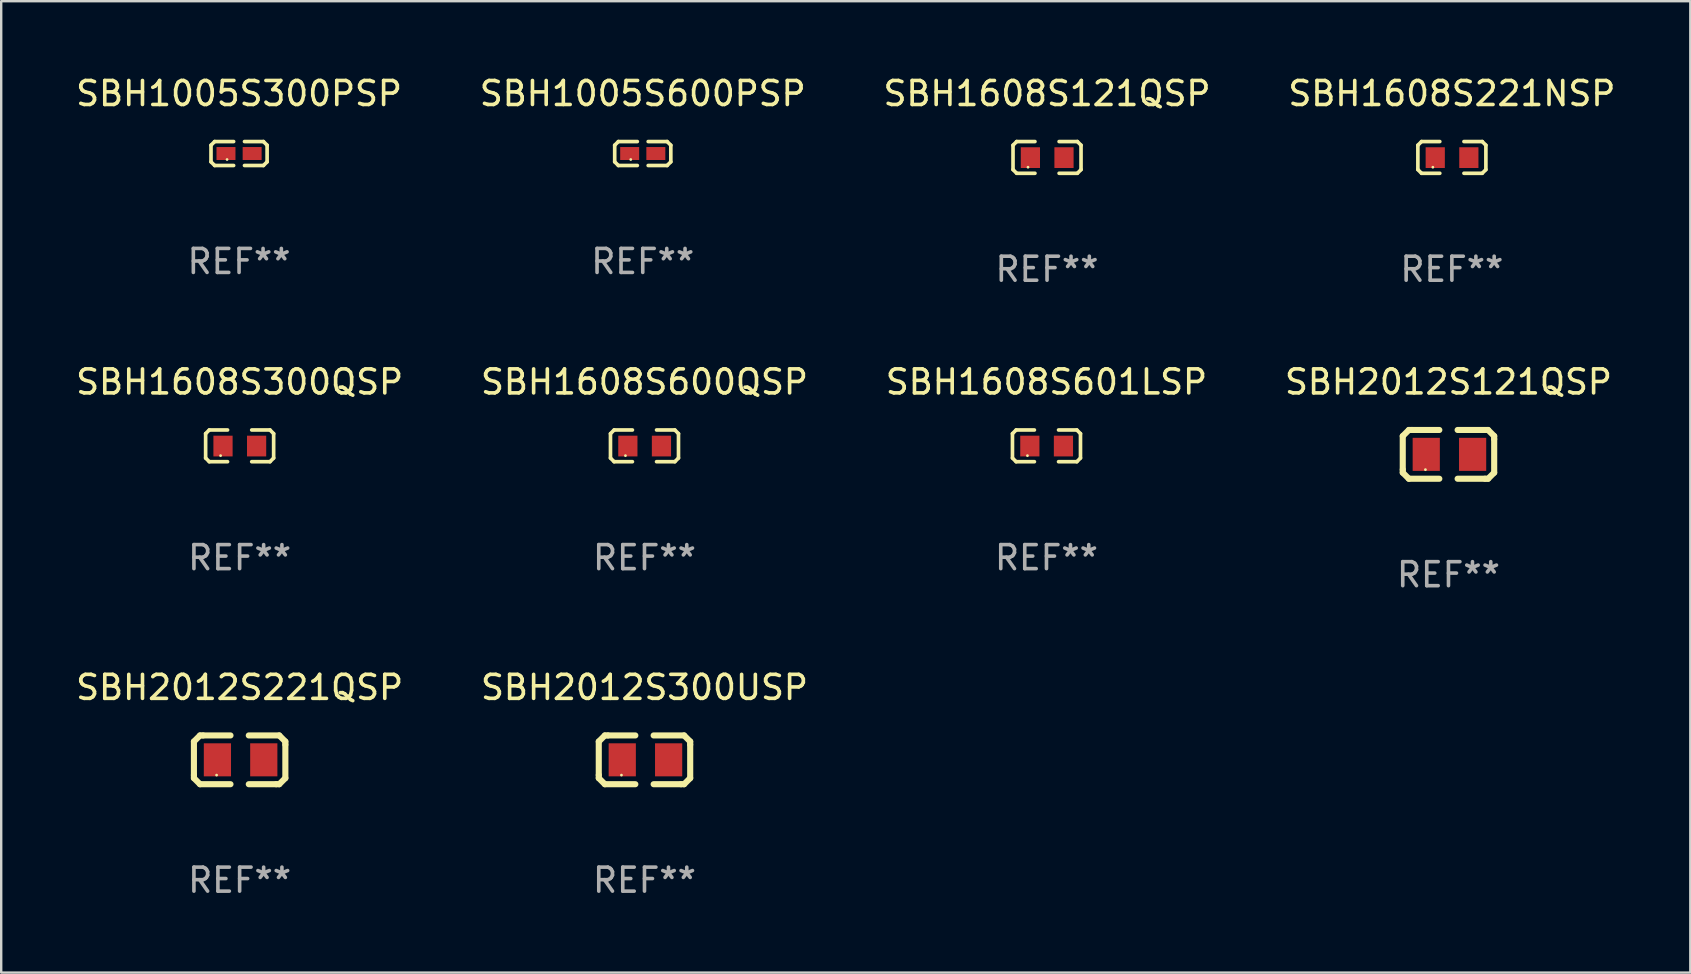
<source format=kicad_pcb>
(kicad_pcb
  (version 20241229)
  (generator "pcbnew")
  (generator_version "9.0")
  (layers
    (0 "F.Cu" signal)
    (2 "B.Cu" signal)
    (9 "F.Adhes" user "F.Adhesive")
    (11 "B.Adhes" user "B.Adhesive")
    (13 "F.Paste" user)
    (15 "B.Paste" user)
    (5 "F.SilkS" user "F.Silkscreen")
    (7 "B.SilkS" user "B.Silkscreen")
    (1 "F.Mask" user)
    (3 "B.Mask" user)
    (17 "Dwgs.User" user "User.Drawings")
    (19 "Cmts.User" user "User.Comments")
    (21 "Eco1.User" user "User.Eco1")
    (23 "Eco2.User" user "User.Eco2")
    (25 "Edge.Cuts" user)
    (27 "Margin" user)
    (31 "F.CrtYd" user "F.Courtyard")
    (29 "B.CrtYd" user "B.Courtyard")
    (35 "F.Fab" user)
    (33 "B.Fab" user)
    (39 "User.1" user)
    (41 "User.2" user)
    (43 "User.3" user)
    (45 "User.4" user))
  (footprint "SBH1608S221NSP"
    (layer "F.Cu")
    (at 57.446 3.509)
    (property "Reference" "SBH1608S221NSP" (at 0 -2.661 0) (layer "F.SilkS") (effects (font (size 1 1) (thickness 0.15))))
    (attr through_hole)
    (fp_line (start -1.417 -0.508) (end -1.265 -0.661) (stroke (width 0.152) (type solid)) (layer "F.SilkS"))
    (fp_line (start -1.417 0.508) (end -1.417 -0.508) (stroke (width 0.152) (type solid)) (layer "F.SilkS"))
    (fp_line (start -1.265 -0.661) (end -0.503 -0.661) (stroke (width 0.152) (type solid)) (layer "F.SilkS"))
    (fp_line (start -1.265 0.661) (end -1.417 0.508) (stroke (width 0.152) (type solid)) (layer "F.SilkS"))
    (fp_line (start -1.265 0.661) (end -0.503 0.661) (stroke (width 0.152) (type solid)) (layer "F.SilkS"))
    (fp_line (start 1.265 -0.661) (end 0.503 -0.661) (stroke (width 0.152) (type solid)) (layer "F.SilkS"))
    (fp_line (start 1.265 -0.661) (end 1.417 -0.508) (stroke (width 0.152) (type solid)) (layer "F.SilkS"))
    (fp_line (start 1.265 0.661) (end 0.503 0.661) (stroke (width 0.152) (type solid)) (layer "F.SilkS"))
    (fp_line (start 1.417 -0.508) (end 1.417 0.508) (stroke (width 0.152) (type solid)) (layer "F.SilkS"))
    (fp_line (start 1.417 0.508) (end 1.265 0.661) (stroke (width 0.152) (type solid)) (layer "F.SilkS"))
    (fp_circle (center -0.793 0.409) (end -0.763 0.409) (stroke (width 0.06) (type solid)) (fill no) (layer "F.SilkS"))
    (fp_text user "REF**" (at 0 4.661 0) (layer "F.Fab") (effects (font (size 1 1) (thickness 0.15))))
    (pad "1" smd rect (at -0.693 0.009 180) (size 0.8 0.864) (layers "F.Cu" "F.Mask" "F.Paste"))
    (pad "2" smd rect (at 0.707 0.009 180) (size 0.8 0.864) (layers "F.Cu" "F.Mask" "F.Paste")))
  (footprint "SBH2012S221QSP"
    (layer "F.Cu")
    (at 6.935 28.61)
    (property "Reference" "SBH2012S221QSP" (at 0 -3.016 0) (layer "F.SilkS") (effects (font (size 1 1) (thickness 0.15))))
    (attr through_hole)
    (fp_line (start -1.905 -0.762) (end -1.905 0.635) (stroke (width 0.254) (type solid)) (layer "F.SilkS"))
    (fp_line (start -1.905 0.635) (end -1.905 0.762) (stroke (width 0.254) (type solid)) (layer "F.SilkS"))
    (fp_line (start -1.905 0.762) (end -1.651 1.016) (stroke (width 0.254) (type solid)) (layer "F.SilkS"))
    (fp_line (start -1.651 -1.016) (end -1.905 -0.762) (stroke (width 0.254) (type solid)) (layer "F.SilkS"))
    (fp_line (start -1.651 1.016) (end -0.381 1.016) (stroke (width 0.254) (type solid)) (layer "F.SilkS"))
    (fp_line (start -1.524 -1.016) (end -1.651 -1.016) (stroke (width 0.254) (type solid)) (layer "F.SilkS"))
    (fp_line (start -0.381 -1.016) (end -1.524 -1.016) (stroke (width 0.254) (type solid)) (layer "F.SilkS"))
    (fp_line (start 0.381 1.016) (end 1.524 1.016) (stroke (width 0.254) (type solid)) (layer "F.SilkS"))
    (fp_line (start 1.524 1.016) (end 1.651 1.016) (stroke (width 0.254) (type solid)) (layer "F.SilkS"))
    (fp_line (start 1.651 -1.016) (end 0.381 -1.016) (stroke (width 0.254) (type solid)) (layer "F.SilkS"))
    (fp_line (start 1.651 1.016) (end 1.905 0.762) (stroke (width 0.254) (type solid)) (layer "F.SilkS"))
    (fp_line (start 1.905 -0.762) (end 1.651 -1.016) (stroke (width 0.254) (type solid)) (layer "F.SilkS"))
    (fp_line (start 1.905 -0.635) (end 1.905 -0.762) (stroke (width 0.254) (type solid)) (layer "F.SilkS"))
    (fp_line (start 1.905 0.762) (end 1.905 -0.635) (stroke (width 0.254) (type solid)) (layer "F.SilkS"))
    (fp_circle (center -0.96 0.637) (end -0.93 0.637) (stroke (width 0.06) (type solid)) (fill no) (layer "F.SilkS"))
    (fp_text user "REF**" (at 0 5.016 0) (layer "F.Fab") (effects (font (size 1 1) (thickness 0.15))))
    (pad "1" smd rect (at -0.926 -0.000051) (size 1.133 1.377) (layers "F.Cu" "F.Mask" "F.Paste"))
    (pad "2" smd rect (at 1.006 -0.000051) (size 1.133 1.377) (layers "F.Cu" "F.Mask" "F.Paste")))
  (footprint "SBH1608S300QSP"
    (layer "F.Cu")
    (at 6.935 15.527)
    (property "Reference" "SBH1608S300QSP" (at 0 -2.661 0) (layer "F.SilkS") (effects (font (size 1 1) (thickness 0.15))))
    (attr through_hole)
    (fp_line (start -1.417 -0.508) (end -1.265 -0.661) (stroke (width 0.152) (type solid)) (layer "F.SilkS"))
    (fp_line (start -1.417 0.508) (end -1.417 -0.508) (stroke (width 0.152) (type solid)) (layer "F.SilkS"))
    (fp_line (start -1.265 -0.661) (end -0.503 -0.661) (stroke (width 0.152) (type solid)) (layer "F.SilkS"))
    (fp_line (start -1.265 0.661) (end -1.417 0.508) (stroke (width 0.152) (type solid)) (layer "F.SilkS"))
    (fp_line (start -1.265 0.661) (end -0.503 0.661) (stroke (width 0.152) (type solid)) (layer "F.SilkS"))
    (fp_line (start 1.265 -0.661) (end 0.503 -0.661) (stroke (width 0.152) (type solid)) (layer "F.SilkS"))
    (fp_line (start 1.265 -0.661) (end 1.417 -0.508) (stroke (width 0.152) (type solid)) (layer "F.SilkS"))
    (fp_line (start 1.265 0.661) (end 0.503 0.661) (stroke (width 0.152) (type solid)) (layer "F.SilkS"))
    (fp_line (start 1.417 -0.508) (end 1.417 0.508) (stroke (width 0.152) (type solid)) (layer "F.SilkS"))
    (fp_line (start 1.417 0.508) (end 1.265 0.661) (stroke (width 0.152) (type solid)) (layer "F.SilkS"))
    (fp_circle (center -0.793 0.409) (end -0.763 0.409) (stroke (width 0.06) (type solid)) (fill no) (layer "F.SilkS"))
    (fp_text user "REF**" (at 0 4.661 0) (layer "F.Fab") (effects (font (size 1 1) (thickness 0.15))))
    (pad "1" smd rect (at -0.693 0.009 180) (size 0.8 0.864) (layers "F.Cu" "F.Mask" "F.Paste"))
    (pad "2" smd rect (at 0.707 0.009 180) (size 0.8 0.864) (layers "F.Cu" "F.Mask" "F.Paste")))
  (footprint "SBH1608S601LSP"
    (layer "F.Cu")
    (at 40.554 15.527)
    (property "Reference" "SBH1608S601LSP" (at 0 -2.661 0) (layer "F.SilkS") (effects (font (size 1 1) (thickness 0.15))))
    (attr through_hole)
    (fp_line (start -1.417 -0.508) (end -1.265 -0.661) (stroke (width 0.152) (type solid)) (layer "F.SilkS"))
    (fp_line (start -1.417 0.508) (end -1.417 -0.508) (stroke (width 0.152) (type solid)) (layer "F.SilkS"))
    (fp_line (start -1.265 -0.661) (end -0.503 -0.661) (stroke (width 0.152) (type solid)) (layer "F.SilkS"))
    (fp_line (start -1.265 0.661) (end -1.417 0.508) (stroke (width 0.152) (type solid)) (layer "F.SilkS"))
    (fp_line (start -1.265 0.661) (end -0.503 0.661) (stroke (width 0.152) (type solid)) (layer "F.SilkS"))
    (fp_line (start 1.265 -0.661) (end 0.503 -0.661) (stroke (width 0.152) (type solid)) (layer "F.SilkS"))
    (fp_line (start 1.265 -0.661) (end 1.417 -0.508) (stroke (width 0.152) (type solid)) (layer "F.SilkS"))
    (fp_line (start 1.265 0.661) (end 0.503 0.661) (stroke (width 0.152) (type solid)) (layer "F.SilkS"))
    (fp_line (start 1.417 -0.508) (end 1.417 0.508) (stroke (width 0.152) (type solid)) (layer "F.SilkS"))
    (fp_line (start 1.417 0.508) (end 1.265 0.661) (stroke (width 0.152) (type solid)) (layer "F.SilkS"))
    (fp_circle (center -0.793 0.409) (end -0.763 0.409) (stroke (width 0.06) (type solid)) (fill no) (layer "F.SilkS"))
    (fp_text user "REF**" (at 0 4.661 0) (layer "F.Fab") (effects (font (size 1 1) (thickness 0.15))))
    (pad "1" smd rect (at -0.693 0.009 180) (size 0.8 0.864) (layers "F.Cu" "F.Mask" "F.Paste"))
    (pad "2" smd rect (at 0.707 0.009 180) (size 0.8 0.864) (layers "F.Cu" "F.Mask" "F.Paste")))
  (footprint "SBH2012S300USP"
    (layer "F.Cu")
    (at 23.804 28.61)
    (property "Reference" "SBH2012S300USP" (at 0 -3.016 0) (layer "F.SilkS") (effects (font (size 1 1) (thickness 0.15))))
    (attr through_hole)
    (fp_line (start -1.905 -0.762) (end -1.905 0.635) (stroke (width 0.254) (type solid)) (layer "F.SilkS"))
    (fp_line (start -1.905 0.635) (end -1.905 0.762) (stroke (width 0.254) (type solid)) (layer "F.SilkS"))
    (fp_line (start -1.905 0.762) (end -1.651 1.016) (stroke (width 0.254) (type solid)) (layer "F.SilkS"))
    (fp_line (start -1.651 -1.016) (end -1.905 -0.762) (stroke (width 0.254) (type solid)) (layer "F.SilkS"))
    (fp_line (start -1.651 1.016) (end -0.381 1.016) (stroke (width 0.254) (type solid)) (layer "F.SilkS"))
    (fp_line (start -1.524 -1.016) (end -1.651 -1.016) (stroke (width 0.254) (type solid)) (layer "F.SilkS"))
    (fp_line (start -0.381 -1.016) (end -1.524 -1.016) (stroke (width 0.254) (type solid)) (layer "F.SilkS"))
    (fp_line (start 0.381 1.016) (end 1.524 1.016) (stroke (width 0.254) (type solid)) (layer "F.SilkS"))
    (fp_line (start 1.524 1.016) (end 1.651 1.016) (stroke (width 0.254) (type solid)) (layer "F.SilkS"))
    (fp_line (start 1.651 -1.016) (end 0.381 -1.016) (stroke (width 0.254) (type solid)) (layer "F.SilkS"))
    (fp_line (start 1.651 1.016) (end 1.905 0.762) (stroke (width 0.254) (type solid)) (layer "F.SilkS"))
    (fp_line (start 1.905 -0.762) (end 1.651 -1.016) (stroke (width 0.254) (type solid)) (layer "F.SilkS"))
    (fp_line (start 1.905 -0.635) (end 1.905 -0.762) (stroke (width 0.254) (type solid)) (layer "F.SilkS"))
    (fp_line (start 1.905 0.762) (end 1.905 -0.635) (stroke (width 0.254) (type solid)) (layer "F.SilkS"))
    (fp_circle (center -0.96 0.637) (end -0.93 0.637) (stroke (width 0.06) (type solid)) (fill no) (layer "F.SilkS"))
    (fp_text user "REF**" (at 0 5.016 0) (layer "F.Fab") (effects (font (size 1 1) (thickness 0.15))))
    (pad "1" smd rect (at -0.926 -0.000051) (size 1.133 1.377) (layers "F.Cu" "F.Mask" "F.Paste"))
    (pad "2" smd rect (at 1.006 -0.000051) (size 1.133 1.377) (layers "F.Cu" "F.Mask" "F.Paste")))
  (footprint "SBH1005S600PSP"
    (layer "F.Cu")
    (at 23.732 3.347)
    (property "Reference" "SBH1005S600PSP" (at 0 -2.499 0) (layer "F.SilkS") (effects (font (size 1 1) (thickness 0.15))))
    (attr through_hole)
    (fp_line (start -1.169 -0.346) (end -1.016 -0.499) (stroke (width 0.152) (type solid)) (layer "F.SilkS"))
    (fp_line (start -1.169 0.346) (end -1.169 -0.346) (stroke (width 0.152) (type solid)) (layer "F.SilkS"))
    (fp_line (start -1.016 -0.499) (end -0.226 -0.499) (stroke (width 0.152) (type solid)) (layer "F.SilkS"))
    (fp_line (start -1.016 0.499) (end -1.169 0.346) (stroke (width 0.152) (type solid)) (layer "F.SilkS"))
    (fp_line (start -0.226 0.499) (end -1.016 0.499) (stroke (width 0.152) (type solid)) (layer "F.SilkS"))
    (fp_line (start 0.226 0.499) (end 1.016 0.499) (stroke (width 0.152) (type solid)) (layer "F.SilkS"))
    (fp_line (start 1.016 -0.499) (end 0.226 -0.499) (stroke (width 0.152) (type solid)) (layer "F.SilkS"))
    (fp_line (start 1.016 0.499) (end 1.169 0.346) (stroke (width 0.152) (type solid)) (layer "F.SilkS"))
    (fp_line (start 1.169 -0.346) (end 1.016 -0.499) (stroke (width 0.152) (type solid)) (layer "F.SilkS"))
    (fp_line (start 1.169 0.346) (end 1.169 -0.346) (stroke (width 0.152) (type solid)) (layer "F.SilkS"))
    (fp_circle (center -0.5 0.25) (end -0.47 0.25) (stroke (width 0.06) (type solid)) (fill no) (layer "F.SilkS"))
    (fp_text user "REF**" (at 0 4.499 0) (layer "F.Fab") (effects (font (size 1 1) (thickness 0.15))))
    (pad "1" smd rect (at -0.545 0) (size 0.79 0.54) (layers "F.Cu" "F.Mask" "F.Paste"))
    (pad "2" smd rect (at 0.545 0) (size 0.79 0.54) (layers "F.Cu" "F.Mask" "F.Paste")))
  (footprint "SBH1005S300PSP"
    (layer "F.Cu")
    (at 6.911 3.347)
    (property "Reference" "SBH1005S300PSP" (at 0 -2.499 0) (layer "F.SilkS") (effects (font (size 1 1) (thickness 0.15))))
    (attr through_hole)
    (fp_line (start -1.169 -0.346) (end -1.016 -0.499) (stroke (width 0.152) (type solid)) (layer "F.SilkS"))
    (fp_line (start -1.169 0.346) (end -1.169 -0.346) (stroke (width 0.152) (type solid)) (layer "F.SilkS"))
    (fp_line (start -1.016 -0.499) (end -0.226 -0.499) (stroke (width 0.152) (type solid)) (layer "F.SilkS"))
    (fp_line (start -1.016 0.499) (end -1.169 0.346) (stroke (width 0.152) (type solid)) (layer "F.SilkS"))
    (fp_line (start -0.226 0.499) (end -1.016 0.499) (stroke (width 0.152) (type solid)) (layer "F.SilkS"))
    (fp_line (start 0.226 0.499) (end 1.016 0.499) (stroke (width 0.152) (type solid)) (layer "F.SilkS"))
    (fp_line (start 1.016 -0.499) (end 0.226 -0.499) (stroke (width 0.152) (type solid)) (layer "F.SilkS"))
    (fp_line (start 1.016 0.499) (end 1.169 0.346) (stroke (width 0.152) (type solid)) (layer "F.SilkS"))
    (fp_line (start 1.169 -0.346) (end 1.016 -0.499) (stroke (width 0.152) (type solid)) (layer "F.SilkS"))
    (fp_line (start 1.169 0.346) (end 1.169 -0.346) (stroke (width 0.152) (type solid)) (layer "F.SilkS"))
    (fp_circle (center -0.5 0.25) (end -0.47 0.25) (stroke (width 0.06) (type solid)) (fill no) (layer "F.SilkS"))
    (fp_text user "REF**" (at 0 4.499 0) (layer "F.Fab") (effects (font (size 1 1) (thickness 0.15))))
    (pad "1" smd rect (at -0.545 0) (size 0.79 0.54) (layers "F.Cu" "F.Mask" "F.Paste"))
    (pad "2" smd rect (at 0.545 0) (size 0.79 0.54) (layers "F.Cu" "F.Mask" "F.Paste")))
  (footprint "SBH1608S121QSP"
    (layer "F.Cu")
    (at 40.577 3.509)
    (property "Reference" "SBH1608S121QSP" (at 0 -2.661 0) (layer "F.SilkS") (effects (font (size 1 1) (thickness 0.15))))
    (attr through_hole)
    (fp_line (start -1.417 -0.508) (end -1.265 -0.661) (stroke (width 0.152) (type solid)) (layer "F.SilkS"))
    (fp_line (start -1.417 0.508) (end -1.417 -0.508) (stroke (width 0.152) (type solid)) (layer "F.SilkS"))
    (fp_line (start -1.265 -0.661) (end -0.503 -0.661) (stroke (width 0.152) (type solid)) (layer "F.SilkS"))
    (fp_line (start -1.265 0.661) (end -1.417 0.508) (stroke (width 0.152) (type solid)) (layer "F.SilkS"))
    (fp_line (start -1.265 0.661) (end -0.503 0.661) (stroke (width 0.152) (type solid)) (layer "F.SilkS"))
    (fp_line (start 1.265 -0.661) (end 0.503 -0.661) (stroke (width 0.152) (type solid)) (layer "F.SilkS"))
    (fp_line (start 1.265 -0.661) (end 1.417 -0.508) (stroke (width 0.152) (type solid)) (layer "F.SilkS"))
    (fp_line (start 1.265 0.661) (end 0.503 0.661) (stroke (width 0.152) (type solid)) (layer "F.SilkS"))
    (fp_line (start 1.417 -0.508) (end 1.417 0.508) (stroke (width 0.152) (type solid)) (layer "F.SilkS"))
    (fp_line (start 1.417 0.508) (end 1.265 0.661) (stroke (width 0.152) (type solid)) (layer "F.SilkS"))
    (fp_circle (center -0.793 0.409) (end -0.763 0.409) (stroke (width 0.06) (type solid)) (fill no) (layer "F.SilkS"))
    (fp_text user "REF**" (at 0 4.661 0) (layer "F.Fab") (effects (font (size 1 1) (thickness 0.15))))
    (pad "1" smd rect (at -0.693 0.009 180) (size 0.8 0.864) (layers "F.Cu" "F.Mask" "F.Paste"))
    (pad "2" smd rect (at 0.707 0.009 180) (size 0.8 0.864) (layers "F.Cu" "F.Mask" "F.Paste")))
  (footprint "SBH2012S121QSP"
    (layer "F.Cu")
    (at 57.304 15.882)
    (property "Reference" "SBH2012S121QSP" (at 0 -3.016 0) (layer "F.SilkS") (effects (font (size 1 1) (thickness 0.15))))
    (attr through_hole)
    (fp_line (start -1.905 -0.762) (end -1.905 0.635) (stroke (width 0.254) (type solid)) (layer "F.SilkS"))
    (fp_line (start -1.905 0.635) (end -1.905 0.762) (stroke (width 0.254) (type solid)) (layer "F.SilkS"))
    (fp_line (start -1.905 0.762) (end -1.651 1.016) (stroke (width 0.254) (type solid)) (layer "F.SilkS"))
    (fp_line (start -1.651 -1.016) (end -1.905 -0.762) (stroke (width 0.254) (type solid)) (layer "F.SilkS"))
    (fp_line (start -1.651 1.016) (end -0.381 1.016) (stroke (width 0.254) (type solid)) (layer "F.SilkS"))
    (fp_line (start -1.524 -1.016) (end -1.651 -1.016) (stroke (width 0.254) (type solid)) (layer "F.SilkS"))
    (fp_line (start -0.381 -1.016) (end -1.524 -1.016) (stroke (width 0.254) (type solid)) (layer "F.SilkS"))
    (fp_line (start 0.381 1.016) (end 1.524 1.016) (stroke (width 0.254) (type solid)) (layer "F.SilkS"))
    (fp_line (start 1.524 1.016) (end 1.651 1.016) (stroke (width 0.254) (type solid)) (layer "F.SilkS"))
    (fp_line (start 1.651 -1.016) (end 0.381 -1.016) (stroke (width 0.254) (type solid)) (layer "F.SilkS"))
    (fp_line (start 1.651 1.016) (end 1.905 0.762) (stroke (width 0.254) (type solid)) (layer "F.SilkS"))
    (fp_line (start 1.905 -0.762) (end 1.651 -1.016) (stroke (width 0.254) (type solid)) (layer "F.SilkS"))
    (fp_line (start 1.905 -0.635) (end 1.905 -0.762) (stroke (width 0.254) (type solid)) (layer "F.SilkS"))
    (fp_line (start 1.905 0.762) (end 1.905 -0.635) (stroke (width 0.254) (type solid)) (layer "F.SilkS"))
    (fp_circle (center -0.96 0.637) (end -0.93 0.637) (stroke (width 0.06) (type solid)) (fill no) (layer "F.SilkS"))
    (fp_text user "REF**" (at 0 5.016 0) (layer "F.Fab") (effects (font (size 1 1) (thickness 0.15))))
    (pad "1" smd rect (at -0.926 -0.000051) (size 1.133 1.377) (layers "F.Cu" "F.Mask" "F.Paste"))
    (pad "2" smd rect (at 1.006 -0.000051) (size 1.133 1.377) (layers "F.Cu" "F.Mask" "F.Paste")))
  (footprint "SBH1608S600QSP"
    (layer "F.Cu")
    (at 23.804 15.527)
    (property "Reference" "SBH1608S600QSP" (at 0 -2.661 0) (layer "F.SilkS") (effects (font (size 1 1) (thickness 0.15))))
    (attr through_hole)
    (fp_line (start -1.417 -0.508) (end -1.265 -0.661) (stroke (width 0.152) (type solid)) (layer "F.SilkS"))
    (fp_line (start -1.417 0.508) (end -1.417 -0.508) (stroke (width 0.152) (type solid)) (layer "F.SilkS"))
    (fp_line (start -1.265 -0.661) (end -0.503 -0.661) (stroke (width 0.152) (type solid)) (layer "F.SilkS"))
    (fp_line (start -1.265 0.661) (end -1.417 0.508) (stroke (width 0.152) (type solid)) (layer "F.SilkS"))
    (fp_line (start -1.265 0.661) (end -0.503 0.661) (stroke (width 0.152) (type solid)) (layer "F.SilkS"))
    (fp_line (start 1.265 -0.661) (end 0.503 -0.661) (stroke (width 0.152) (type solid)) (layer "F.SilkS"))
    (fp_line (start 1.265 -0.661) (end 1.417 -0.508) (stroke (width 0.152) (type solid)) (layer "F.SilkS"))
    (fp_line (start 1.265 0.661) (end 0.503 0.661) (stroke (width 0.152) (type solid)) (layer "F.SilkS"))
    (fp_line (start 1.417 -0.508) (end 1.417 0.508) (stroke (width 0.152) (type solid)) (layer "F.SilkS"))
    (fp_line (start 1.417 0.508) (end 1.265 0.661) (stroke (width 0.152) (type solid)) (layer "F.SilkS"))
    (fp_circle (center -0.793 0.409) (end -0.763 0.409) (stroke (width 0.06) (type solid)) (fill no) (layer "F.SilkS"))
    (fp_text user "REF**" (at 0 4.661 0) (layer "F.Fab") (effects (font (size 1 1) (thickness 0.15))))
    (pad "1" smd rect (at -0.693 0.009 180) (size 0.8 0.864) (layers "F.Cu" "F.Mask" "F.Paste"))
    (pad "2" smd rect (at 0.707 0.009 180) (size 0.8 0.864) (layers "F.Cu" "F.Mask" "F.Paste")))
  (gr_rect
    (start -3 -3)
    (end 67.381 37.475)
    (stroke (width 0.1) (type default))
    (fill no)
    (layer "Edge.Cuts")))
</source>
